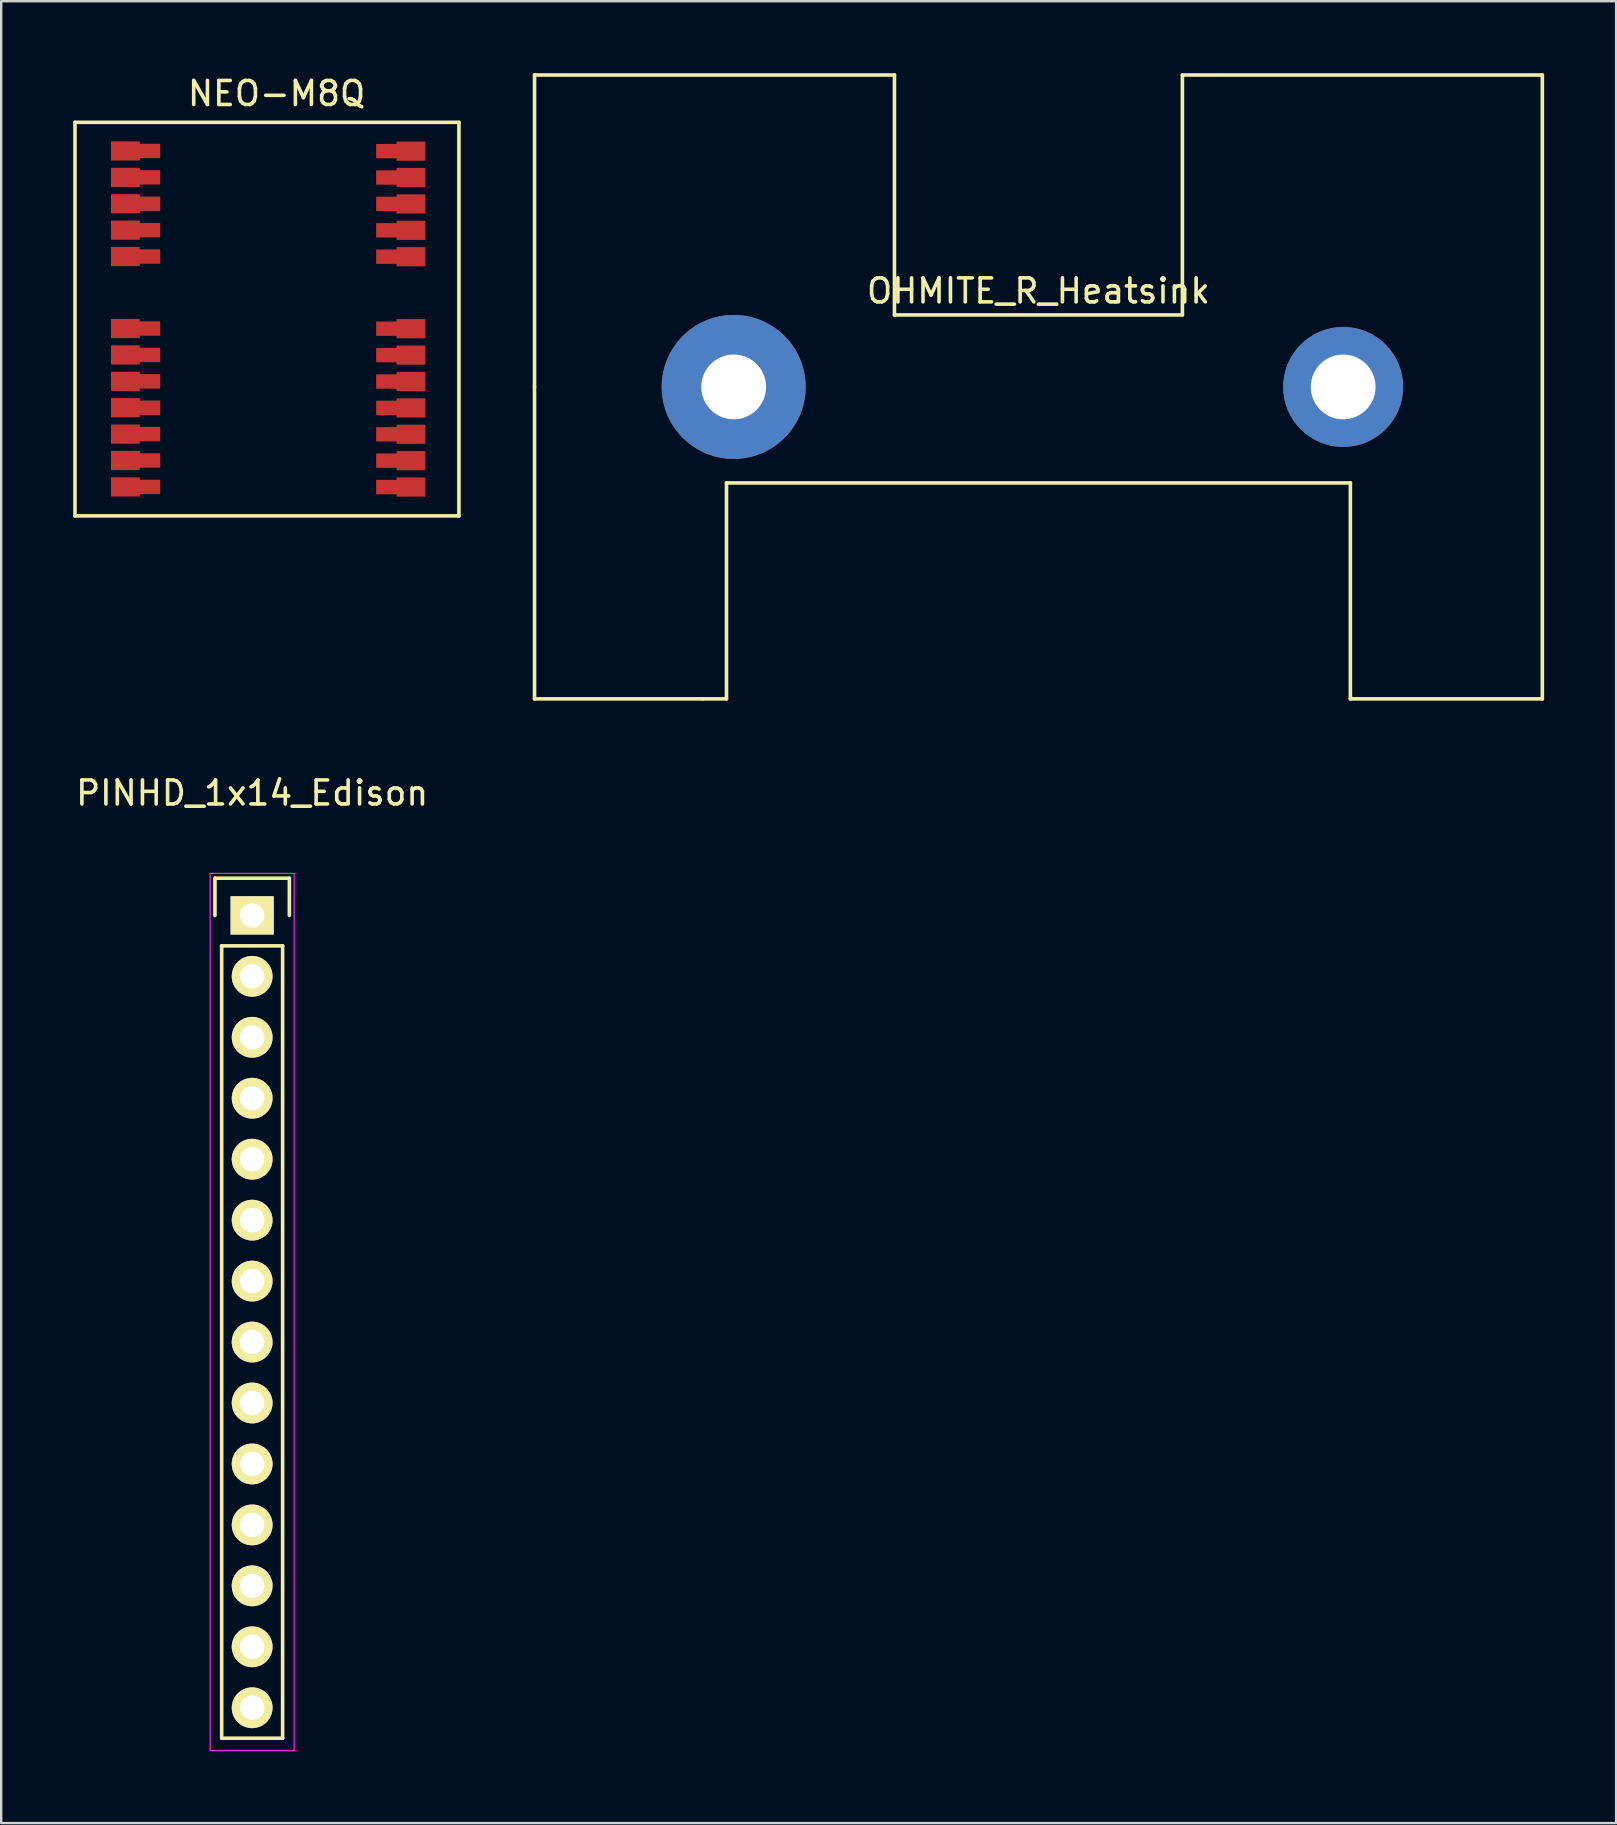
<source format=kicad_pcb>
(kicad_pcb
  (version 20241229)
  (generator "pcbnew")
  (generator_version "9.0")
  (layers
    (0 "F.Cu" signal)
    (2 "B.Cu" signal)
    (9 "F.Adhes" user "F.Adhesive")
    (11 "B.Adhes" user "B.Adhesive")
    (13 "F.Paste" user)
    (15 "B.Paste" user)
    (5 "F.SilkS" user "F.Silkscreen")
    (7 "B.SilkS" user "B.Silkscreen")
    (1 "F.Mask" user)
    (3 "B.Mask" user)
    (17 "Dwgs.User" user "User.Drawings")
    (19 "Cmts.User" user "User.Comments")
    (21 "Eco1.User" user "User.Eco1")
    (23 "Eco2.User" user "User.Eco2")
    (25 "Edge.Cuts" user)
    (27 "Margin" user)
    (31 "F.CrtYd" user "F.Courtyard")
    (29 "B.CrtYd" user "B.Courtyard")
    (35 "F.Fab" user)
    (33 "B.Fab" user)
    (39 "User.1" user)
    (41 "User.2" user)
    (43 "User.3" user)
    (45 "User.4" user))
  (footprint "NEO-M8Q"
    (layer "F.Cu")
    (at 14.075 17.248)
    (property "Reference" "NEO-M8Q" (at -5.6 -16.4 0) (layer "F.SilkS") (effects (font (size 1 1) (thickness 0.15))))
    (attr through_hole)
    (fp_line (start -14 -15.2) (end 2 -15.2) (stroke (width 0.15) (type solid)) (layer "F.SilkS"))
    (fp_line (start -14 1.2) (end -14 -15.2) (stroke (width 0.15) (type solid)) (layer "F.SilkS"))
    (fp_line (start 2 -15.2) (end 2 1.2) (stroke (width 0.15) (type solid)) (layer "F.SilkS"))
    (fp_line (start 2 1.2) (end -14 1.2) (stroke (width 0.15) (type solid)) (layer "F.SilkS"))
    (pad "1" smd rect (at -1 0) (size 0.9 0.6) (layers "F.Cu" "F.Mask" "F.Paste"))
    (pad "1" smd rect (at 0 0) (size 1.2 0.8) (layers "F.Cu" "F.Mask" "F.Paste"))
    (pad "2" smd rect (at -1 -1.1) (size 0.9 0.6) (layers "F.Cu" "F.Mask" "F.Paste"))
    (pad "2" smd rect (at 0 -1.1) (size 1.2 0.8) (layers "F.Cu" "F.Mask" "F.Paste"))
    (pad "3" smd rect (at -1 -2.2) (size 0.9 0.6) (layers "F.Cu" "F.Mask" "F.Paste"))
    (pad "3" smd rect (at 0 -2.2) (size 1.2 0.8) (layers "F.Cu" "F.Mask" "F.Paste"))
    (pad "4" smd rect (at -1 -3.3) (size 0.9 0.6) (layers "F.Cu" "F.Mask" "F.Paste"))
    (pad "4" smd rect (at 0 -3.3) (size 1.2 0.8) (layers "F.Cu" "F.Mask" "F.Paste"))
    (pad "5" smd rect (at -1 -4.4) (size 0.9 0.6) (layers "F.Cu" "F.Mask" "F.Paste"))
    (pad "5" smd rect (at 0 -4.4) (size 1.2 0.8) (layers "F.Cu" "F.Mask" "F.Paste"))
    (pad "6" smd rect (at -1 -5.5) (size 0.9 0.6) (layers "F.Cu" "F.Mask" "F.Paste"))
    (pad "6" smd rect (at 0 -5.5) (size 1.2 0.8) (layers "F.Cu" "F.Mask" "F.Paste"))
    (pad "7" smd rect (at -1 -6.6 180) (size 0.9 0.6) (layers "F.Cu" "F.Mask" "F.Paste"))
    (pad "7" smd rect (at 0 -6.6) (size 1.2 0.8) (layers "F.Cu" "F.Mask" "F.Paste"))
    (pad "8" smd rect (at -1 -9.6) (size 0.9 0.6) (layers "F.Cu" "F.Mask" "F.Paste"))
    (pad "8" smd rect (at 0 -9.6) (size 1.2 0.8) (layers "F.Cu" "F.Mask" "F.Paste"))
    (pad "9" smd rect (at -1 -10.7) (size 0.9 0.6) (layers "F.Cu" "F.Mask" "F.Paste"))
    (pad "9" smd rect (at 0 -10.7) (size 1.2 0.8) (layers "F.Cu" "F.Mask" "F.Paste"))
    (pad "10" smd rect (at -1 -11.8) (size 0.9 0.6) (layers "F.Cu" "F.Mask" "F.Paste"))
    (pad "10" smd rect (at 0 -11.8) (size 1.2 0.8) (layers "F.Cu" "F.Mask" "F.Paste"))
    (pad "11" smd rect (at -1 -12.9) (size 0.9 0.6) (layers "F.Cu" "F.Mask" "F.Paste"))
    (pad "11" smd rect (at 0 -12.9) (size 1.2 0.8) (layers "F.Cu" "F.Mask" "F.Paste"))
    (pad "12" smd rect (at -1 -14 180) (size 0.9 0.6) (layers "F.Cu" "F.Mask" "F.Paste"))
    (pad "12" smd rect (at 0 -14) (size 1.2 0.8) (layers "F.Cu" "F.Mask" "F.Paste"))
    (pad "13" smd rect (at -11.9 -14.007 180) (size 1.2 0.8) (layers "F.Cu" "F.Mask" "F.Paste"))
    (pad "13" smd rect (at -10.9 -14.007 180) (size 0.9 0.6) (layers "F.Cu" "F.Mask" "F.Paste"))
    (pad "14" smd rect (at -11.9 -12.907 180) (size 1.2 0.8) (layers "F.Cu" "F.Mask" "F.Paste"))
    (pad "14" smd rect (at -10.9 -12.907 180) (size 0.9 0.6) (layers "F.Cu" "F.Mask" "F.Paste"))
    (pad "15" smd rect (at -11.9 -11.807 180) (size 1.2 0.8) (layers "F.Cu" "F.Mask" "F.Paste"))
    (pad "15" smd rect (at -10.9 -11.807 180) (size 0.9 0.6) (layers "F.Cu" "F.Mask" "F.Paste"))
    (pad "16" smd rect (at -11.9 -10.707 180) (size 1.2 0.8) (layers "F.Cu" "F.Mask" "F.Paste"))
    (pad "16" smd rect (at -10.9 -10.707 180) (size 0.9 0.6) (layers "F.Cu" "F.Mask" "F.Paste"))
    (pad "17" smd rect (at -11.9 -9.607 180) (size 1.2 0.8) (layers "F.Cu" "F.Mask" "F.Paste"))
    (pad "17" smd rect (at -10.9 -9.607 180) (size 0.9 0.6) (layers "F.Cu" "F.Mask" "F.Paste"))
    (pad "18" smd rect (at -11.9 -6.607 180) (size 1.2 0.8) (layers "F.Cu" "F.Mask" "F.Paste"))
    (pad "18" smd rect (at -10.9 -6.607 180) (size 0.9 0.6) (layers "F.Cu" "F.Mask" "F.Paste"))
    (pad "19" smd rect (at -11.9 -5.507 180) (size 1.2 0.8) (layers "F.Cu" "F.Mask" "F.Paste"))
    (pad "19" smd rect (at -10.9 -5.507 180) (size 0.9 0.6) (layers "F.Cu" "F.Mask" "F.Paste"))
    (pad "20" smd rect (at -11.9 -4.407 180) (size 1.2 0.8) (layers "F.Cu" "F.Mask" "F.Paste"))
    (pad "20" smd rect (at -10.9 -4.407 180) (size 0.9 0.6) (layers "F.Cu" "F.Mask" "F.Paste"))
    (pad "21" smd rect (at -11.9 -3.307 180) (size 1.2 0.8) (layers "F.Cu" "F.Mask" "F.Paste"))
    (pad "21" smd rect (at -10.9 -3.307 180) (size 0.9 0.6) (layers "F.Cu" "F.Mask" "F.Paste"))
    (pad "22" smd rect (at -11.9 -2.207 180) (size 1.2 0.8) (layers "F.Cu" "F.Mask" "F.Paste"))
    (pad "22" smd rect (at -10.9 -2.207 180) (size 0.9 0.6) (layers "F.Cu" "F.Mask" "F.Paste"))
    (pad "23" smd rect (at -11.9 -1.107 180) (size 1.2 0.8) (layers "F.Cu" "F.Mask" "F.Paste"))
    (pad "23" smd rect (at -10.9 -1.107 180) (size 0.9 0.6) (layers "F.Cu" "F.Mask" "F.Paste"))
    (pad "24" smd rect (at -11.9 -0.007 180) (size 1.2 0.8) (layers "F.Cu" "F.Mask" "F.Paste"))
    (pad "24" smd rect (at -10.9 -0.007) (size 0.9 0.6) (layers "F.Cu" "F.Mask" "F.Paste")))
  (footprint "PINHD_1x14_Edison"
    (layer "F.Cu")
    (at 7.458 35.098)
    (property "Reference" "PINHD_1x14_Edison" (at 0 -5.1 0) (layer "F.SilkS") (effects (font (size 1 1) (thickness 0.15))))
    (attr through_hole)
    (fp_line (start -1.55 -1.55) (end 1.55 -1.55) (stroke (width 0.15) (type solid)) (layer "F.SilkS"))
    (fp_line (start -1.55 0) (end -1.55 -1.55) (stroke (width 0.15) (type solid)) (layer "F.SilkS"))
    (fp_line (start -1.27 1.27) (end -1.27 34.29) (stroke (width 0.15) (type solid)) (layer "F.SilkS"))
    (fp_line (start -1.27 34.29) (end 1.27 34.29) (stroke (width 0.15) (type solid)) (layer "F.SilkS"))
    (fp_line (start 1.27 1.27) (end -1.27 1.27) (stroke (width 0.15) (type solid)) (layer "F.SilkS"))
    (fp_line (start 1.27 34.29) (end 1.27 1.27) (stroke (width 0.15) (type solid)) (layer "F.SilkS"))
    (fp_line (start 1.55 -1.55) (end 1.55 0) (stroke (width 0.15) (type solid)) (layer "F.SilkS"))
    (fp_line (start -1.75 -1.75) (end -1.75 34.8) (stroke (width 0.05) (type solid)) (layer "F.CrtYd"))
    (fp_line (start -1.75 -1.75) (end 1.75 -1.75) (stroke (width 0.05) (type solid)) (layer "F.CrtYd"))
    (fp_line (start -1.75 34.8) (end 1.75 34.8) (stroke (width 0.05) (type solid)) (layer "F.CrtYd"))
    (fp_line (start 1.75 -1.75) (end 1.75 34.8) (stroke (width 0.05) (type solid)) (layer "F.CrtYd"))
    (pad "1" thru_hole rect (at 0 0) (size 1.8 1.6) (drill 1.016) (layers "*.Cu" "*.Mask" "F.SilkS"))
    (pad "2" thru_hole oval (at 0 2.54) (size 1.7 1.7) (drill 1.016) (layers "*.Cu" "*.Mask" "F.SilkS"))
    (pad "3" thru_hole oval (at 0 5.08) (size 1.7 1.7) (drill 1.016) (layers "*.Cu" "*.Mask" "F.SilkS"))
    (pad "4" thru_hole oval (at 0 7.62) (size 1.7 1.7) (drill 1.016) (layers "*.Cu" "*.Mask" "F.SilkS"))
    (pad "5" thru_hole oval (at 0 10.16) (size 1.7 1.7) (drill 1.016) (layers "*.Cu" "*.Mask" "F.SilkS"))
    (pad "6" thru_hole oval (at 0 12.7) (size 1.7 1.7) (drill 1.016) (layers "*.Cu" "*.Mask" "F.SilkS"))
    (pad "7" thru_hole oval (at 0 15.24) (size 1.7 1.7) (drill 1.016) (layers "*.Cu" "*.Mask" "F.SilkS"))
    (pad "8" thru_hole oval (at 0 17.78) (size 1.7 1.7) (drill 1.016) (layers "*.Cu" "*.Mask" "F.SilkS"))
    (pad "9" thru_hole oval (at 0 20.32) (size 1.7 1.7) (drill 1.016) (layers "*.Cu" "*.Mask" "F.SilkS"))
    (pad "10" thru_hole oval (at 0 22.86) (size 1.7 1.7) (drill 1.016) (layers "*.Cu" "*.Mask" "F.SilkS"))
    (pad "11" thru_hole oval (at 0 25.4) (size 1.7 1.7) (drill 1.016) (layers "*.Cu" "*.Mask" "F.SilkS"))
    (pad "12" thru_hole oval (at 0 27.94) (size 1.7 1.7) (drill 1.016) (layers "*.Cu" "*.Mask" "F.SilkS"))
    (pad "13" thru_hole oval (at 0 30.48) (size 1.7 1.7) (drill 1.016) (layers "*.Cu" "*.Mask" "F.SilkS"))
    (pad "14" thru_hole oval (at 0 33.02) (size 1.7 1.7) (drill 1.016) (layers "*.Cu" "*.Mask" "F.SilkS")))
  (footprint "OHMITE_R_Heatsink"
    (layer "F.Cu")
    (at 40.225 13.075)
    (property "Reference" "OHMITE_R_Heatsink" (at 0 -4 0) (layer "F.SilkS") (effects (font (size 1 1) (thickness 0.15))))
    (attr through_hole)
    (fp_line (start -21 -13) (end -6 -13) (stroke (width 0.15) (type solid)) (layer "F.SilkS"))
    (fp_line (start -21 0) (end -21 -13) (stroke (width 0.15) (type solid)) (layer "F.SilkS"))
    (fp_line (start -21 13) (end -21 0) (stroke (width 0.15) (type solid)) (layer "F.SilkS"))
    (fp_line (start -14 13) (end -21 13) (stroke (width 0.15) (type solid)) (layer "F.SilkS"))
    (fp_line (start -13 4) (end -13 13) (stroke (width 0.15) (type solid)) (layer "F.SilkS"))
    (fp_line (start -13 13) (end -14 13) (stroke (width 0.15) (type solid)) (layer "F.SilkS"))
    (fp_line (start -6 -13) (end -6 -3) (stroke (width 0.15) (type solid)) (layer "F.SilkS"))
    (fp_line (start -6 -3) (end 6 -3) (stroke (width 0.15) (type solid)) (layer "F.SilkS"))
    (fp_line (start 6 -13) (end 21 -13) (stroke (width 0.15) (type solid)) (layer "F.SilkS"))
    (fp_line (start 6 -3) (end 6 -13) (stroke (width 0.15) (type solid)) (layer "F.SilkS"))
    (fp_line (start 13 4) (end -13 4) (stroke (width 0.15) (type solid)) (layer "F.SilkS"))
    (fp_line (start 13 13) (end 13 4) (stroke (width 0.15) (type solid)) (layer "F.SilkS"))
    (fp_line (start 21 -13) (end 21 13) (stroke (width 0.15) (type solid)) (layer "F.SilkS"))
    (fp_line (start 21 13) (end 13 13) (stroke (width 0.15) (type solid)) (layer "F.SilkS"))
    (pad "1" thru_hole circle (at -12.7 0) (size 6 6) (drill 2.7) (layers "*.Cu" "*.Mask"))
    (pad "2" thru_hole circle (at 12.7 0) (size 5 5) (drill 2.7) (layers "*.Cu" "*.Mask")))
  (gr_rect
    (start -3 -3)
    (end 64.3 72.923)
    (stroke (width 0.1) (type default))
    (fill no)
    (layer "Edge.Cuts")))
</source>
